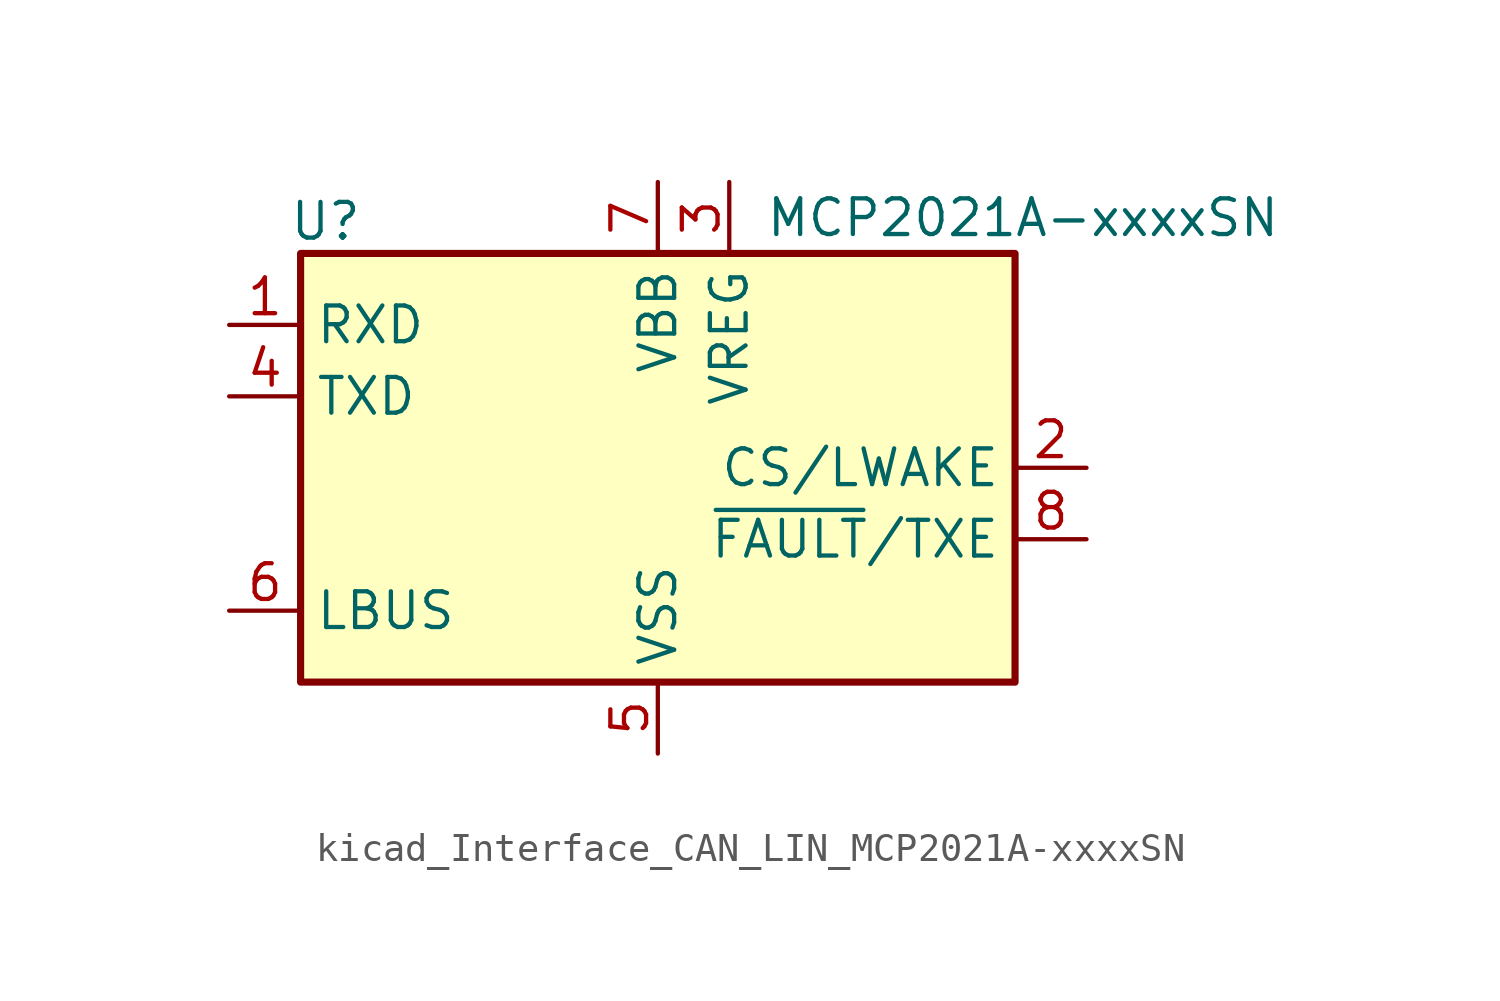
<source format=kicad_sym>
(kicad_symbol_lib
  (version 20220914)
  (generator kicad_symbol_editor)
  (symbol "kicad_Interface_CAN_LIN_MCP2021A-xxxxSN"
    (property "Reference" "U"
      (at -11.811 8.763 0)
      (effects (font (size 1.27 1.27))))
    (property "Value" "MCP2021A-xxxxSN"
      (at 3.81 8.89 0)
      (effects (font (size 1.27 1.27)) (justify left)))
    (symbol "kicad_Interface_CAN_LIN_MCP2021A-xxxxSN_0_1"
      (rectangle (start -12.7 7.62) (end 12.7 -7.62) (stroke (width 0.254) (type default)) (fill (type background))))
    (symbol "kicad_Interface_CAN_LIN_MCP2021A-xxxxSN_1_1"
      (pin output line (at -15.24 5.08 0) (length 2.54) (name "RXD" (effects (font (size 1.27 1.27)))) (number "1" (effects (font (size 1.27 1.27)))))
      (pin input line (at 15.24 0 180) (length 2.54) (name "CS/LWAKE" (effects (font (size 1.27 1.27)))) (number "2" (effects (font (size 1.27 1.27)))))
      (pin power_out line (at 2.54 10.16 270) (length 2.54) (name "VREG" (effects (font (size 1.27 1.27)))) (number "3" (effects (font (size 1.27 1.27)))))
      (pin input line (at -15.24 2.54 0) (length 2.54) (name "TXD" (effects (font (size 1.27 1.27)))) (number "4" (effects (font (size 1.27 1.27)))))
      (pin power_in line (at 0 -10.16 90) (length 2.54) (name "VSS" (effects (font (size 1.27 1.27)))) (number "5" (effects (font (size 1.27 1.27)))))
      (pin open_collector line (at -15.24 -5.08 0) (length 2.54) (name "LBUS" (effects (font (size 1.27 1.27)))) (number "6" (effects (font (size 1.27 1.27)))))
      (pin power_in line (at 0 10.16 270) (length 2.54) (name "VBB" (effects (font (size 1.27 1.27)))) (number "7" (effects (font (size 1.27 1.27)))))
      (pin open_collector line (at 15.24 -2.54 180) (length 2.54) (name "~{FAULT}/TXE" (effects (font (size 1.27 1.27)))) (number "8" (effects (font (size 1.27 1.27))))))))
</source>
